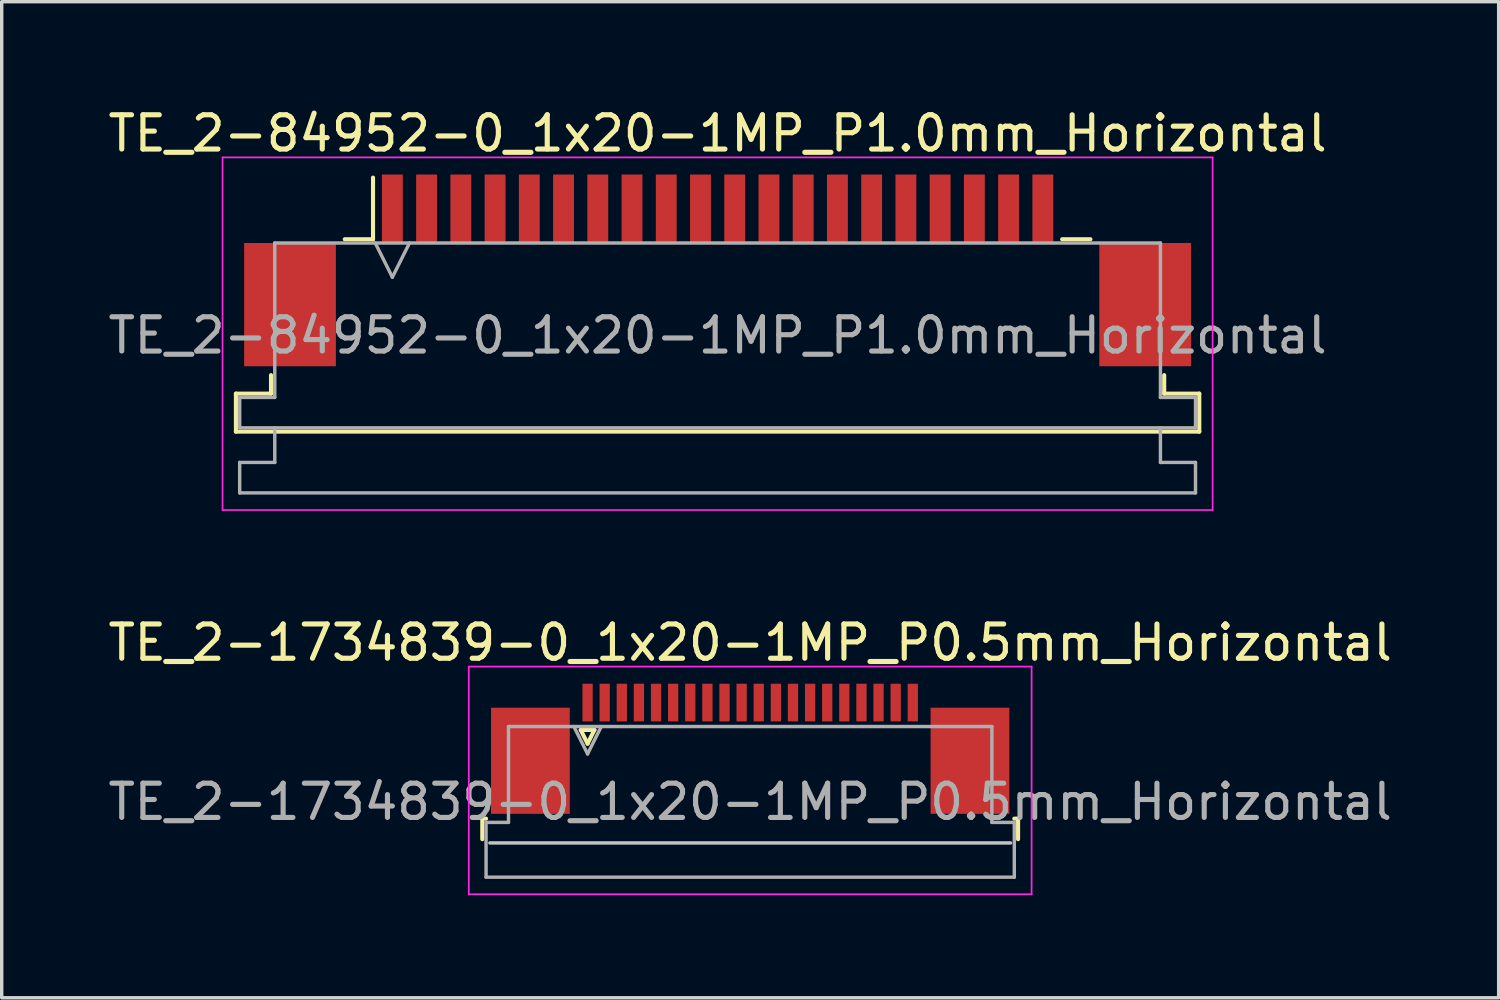
<source format=kicad_pcb>
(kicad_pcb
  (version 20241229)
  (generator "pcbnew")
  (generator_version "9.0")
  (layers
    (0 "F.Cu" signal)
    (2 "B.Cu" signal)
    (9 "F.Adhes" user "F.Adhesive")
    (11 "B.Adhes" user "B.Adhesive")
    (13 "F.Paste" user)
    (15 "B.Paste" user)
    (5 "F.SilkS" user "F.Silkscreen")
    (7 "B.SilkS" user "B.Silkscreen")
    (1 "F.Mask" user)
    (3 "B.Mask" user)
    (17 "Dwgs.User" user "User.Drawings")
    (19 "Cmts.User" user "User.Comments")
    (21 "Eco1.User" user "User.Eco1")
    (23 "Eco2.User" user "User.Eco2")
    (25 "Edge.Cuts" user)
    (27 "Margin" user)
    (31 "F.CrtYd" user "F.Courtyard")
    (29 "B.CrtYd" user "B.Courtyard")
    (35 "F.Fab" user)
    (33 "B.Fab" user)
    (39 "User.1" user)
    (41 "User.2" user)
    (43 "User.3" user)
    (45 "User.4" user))
  (footprint "TE_2-1734839-0_1x20-1MP_P0.5mm_Horizontal"
    (layer "F.Cu")
    (at 18.863 18.822)
    (property "Reference" "TE_2-1734839-0_1x20-1MP_P0.5mm_Horizontal" (at 0 -3.1 0) (layer "F.SilkS") (effects (font (size 1 1) (thickness 0.15))))
    (attr smd)
    (fp_line (start -7.825 2.04) (end -7.825 2.64) (stroke (width 0.12) (type solid)) (layer "F.SilkS"))
    (fp_line (start -7.715 2.04) (end -7.825 2.04) (stroke (width 0.12) (type solid)) (layer "F.SilkS"))
    (fp_line (start -4.95 -0.55) (end -4.75 -0.15) (stroke (width 0.12) (type solid)) (layer "F.SilkS"))
    (fp_line (start -4.75 -0.15) (end -4.55 -0.55) (stroke (width 0.12) (type solid)) (layer "F.SilkS"))
    (fp_line (start -4.55 -0.55) (end -4.95 -0.55) (stroke (width 0.12) (type solid)) (layer "F.SilkS"))
    (fp_line (start 7.715 2.04) (end 7.825 2.04) (stroke (width 0.12) (type solid)) (layer "F.SilkS"))
    (fp_line (start 7.825 2.04) (end 7.825 2.64) (stroke (width 0.12) (type solid)) (layer "F.SilkS"))
    (fp_line (start 7.605 2.75) (end -7.605 2.75) (stroke (width 0.1) (type solid)) (layer "Dwgs.User"))
    (fp_line (start -8.22 -2.4) (end -8.22 4.25) (stroke (width 0.05) (type solid)) (layer "F.CrtYd"))
    (fp_line (start -8.22 4.25) (end 8.22 4.25) (stroke (width 0.05) (type solid)) (layer "F.CrtYd"))
    (fp_line (start 8.22 -2.4) (end -8.22 -2.4) (stroke (width 0.05) (type solid)) (layer "F.CrtYd"))
    (fp_line (start 8.22 4.25) (end 8.22 -2.4) (stroke (width 0.05) (type solid)) (layer "F.CrtYd"))
    (fp_line (start -7.715 2.15) (end -7.06 2.15) (stroke (width 0.1) (type solid)) (layer "F.Fab"))
    (fp_line (start -7.715 3.75) (end -7.715 2.15) (stroke (width 0.1) (type solid)) (layer "F.Fab"))
    (fp_line (start -7.06 -0.65) (end 7.06 -0.65) (stroke (width 0.1) (type solid)) (layer "F.Fab"))
    (fp_line (start -7.06 2.15) (end -7.06 -0.65) (stroke (width 0.1) (type solid)) (layer "F.Fab"))
    (fp_line (start -5.15 -0.65) (end -4.75 0.15) (stroke (width 0.1) (type solid)) (layer "F.Fab"))
    (fp_line (start -4.75 0.15) (end -4.35 -0.65) (stroke (width 0.1) (type solid)) (layer "F.Fab"))
    (fp_line (start 7.06 -0.65) (end 7.06 2.15) (stroke (width 0.1) (type solid)) (layer "F.Fab"))
    (fp_line (start 7.06 2.15) (end 7.715 2.15) (stroke (width 0.1) (type solid)) (layer "F.Fab"))
    (fp_line (start 7.715 2.15) (end 7.715 3.75) (stroke (width 0.1) (type solid)) (layer "F.Fab"))
    (fp_line (start 7.715 3.75) (end -7.715 3.75) (stroke (width 0.1) (type solid)) (layer "F.Fab"))
    (fp_text user "${REFERENCE}" (at 0 1.55 0) (layer "F.Fab") (effects (font (size 1 1) (thickness 0.15))))
    (pad "1" smd rect (at -4.75 -1.35) (size 0.3 1.1) (layers "F.Cu" "F.Mask" "F.Paste"))
    (pad "2" smd rect (at -4.25 -1.35) (size 0.3 1.1) (layers "F.Cu" "F.Mask" "F.Paste"))
    (pad "3" smd rect (at -3.75 -1.35) (size 0.3 1.1) (layers "F.Cu" "F.Mask" "F.Paste"))
    (pad "4" smd rect (at -3.25 -1.35) (size 0.3 1.1) (layers "F.Cu" "F.Mask" "F.Paste"))
    (pad "5" smd rect (at -2.75 -1.35) (size 0.3 1.1) (layers "F.Cu" "F.Mask" "F.Paste"))
    (pad "6" smd rect (at -2.25 -1.35) (size 0.3 1.1) (layers "F.Cu" "F.Mask" "F.Paste"))
    (pad "7" smd rect (at -1.75 -1.35) (size 0.3 1.1) (layers "F.Cu" "F.Mask" "F.Paste"))
    (pad "8" smd rect (at -1.25 -1.35) (size 0.3 1.1) (layers "F.Cu" "F.Mask" "F.Paste"))
    (pad "9" smd rect (at -0.75 -1.35) (size 0.3 1.1) (layers "F.Cu" "F.Mask" "F.Paste"))
    (pad "10" smd rect (at -0.25 -1.35) (size 0.3 1.1) (layers "F.Cu" "F.Mask" "F.Paste"))
    (pad "11" smd rect (at 0.25 -1.35) (size 0.3 1.1) (layers "F.Cu" "F.Mask" "F.Paste"))
    (pad "12" smd rect (at 0.75 -1.35) (size 0.3 1.1) (layers "F.Cu" "F.Mask" "F.Paste"))
    (pad "13" smd rect (at 1.25 -1.35) (size 0.3 1.1) (layers "F.Cu" "F.Mask" "F.Paste"))
    (pad "14" smd rect (at 1.75 -1.35) (size 0.3 1.1) (layers "F.Cu" "F.Mask" "F.Paste"))
    (pad "15" smd rect (at 2.25 -1.35) (size 0.3 1.1) (layers "F.Cu" "F.Mask" "F.Paste"))
    (pad "16" smd rect (at 2.75 -1.35) (size 0.3 1.1) (layers "F.Cu" "F.Mask" "F.Paste"))
    (pad "17" smd rect (at 3.25 -1.35) (size 0.3 1.1) (layers "F.Cu" "F.Mask" "F.Paste"))
    (pad "18" smd rect (at 3.75 -1.35) (size 0.3 1.1) (layers "F.Cu" "F.Mask" "F.Paste"))
    (pad "19" smd rect (at 4.25 -1.35) (size 0.3 1.1) (layers "F.Cu" "F.Mask" "F.Paste"))
    (pad "20" smd rect (at 4.75 -1.35) (size 0.3 1.1) (layers "F.Cu" "F.Mask" "F.Paste"))
    (pad "MP" smd rect (at -6.42 0.35) (size 2.3 3.1) (layers "F.Cu" "F.Mask" "F.Paste"))
    (pad "MP" smd rect (at 6.42 0.35) (size 2.3 3.1) (layers "F.Cu" "F.Mask" "F.Paste")))
  (footprint "TE_2-84952-0_1x20-1MP_P1.0mm_Horizontal"
    (layer "F.Cu")
    (at 17.911 4.848)
    (property "Reference" "TE_2-84952-0_1x20-1MP_P1.0mm_Horizontal" (at 0 -4 0) (layer "F.SilkS") (effects (font (size 1 1) (thickness 0.15))))
    (attr smd)
    (fp_line (start -14.07 3.6) (end -13.045 3.6) (stroke (width 0.12) (type solid)) (layer "F.SilkS"))
    (fp_line (start -14.07 4.71) (end -14.07 3.6) (stroke (width 0.12) (type solid)) (layer "F.SilkS"))
    (fp_line (start -13.045 3.6) (end -13.045 3.06) (stroke (width 0.12) (type solid)) (layer "F.SilkS"))
    (fp_line (start -10.89 -0.91) (end -10.065 -0.91) (stroke (width 0.12) (type solid)) (layer "F.SilkS"))
    (fp_line (start -10.065 -0.91) (end -10.065 -2.71) (stroke (width 0.12) (type solid)) (layer "F.SilkS"))
    (fp_line (start 10.065 -0.91) (end 10.89 -0.91) (stroke (width 0.12) (type solid)) (layer "F.SilkS"))
    (fp_line (start 13.045 3.06) (end 13.045 3.6) (stroke (width 0.12) (type solid)) (layer "F.SilkS"))
    (fp_line (start 13.045 3.6) (end 14.07 3.6) (stroke (width 0.12) (type solid)) (layer "F.SilkS"))
    (fp_line (start 14.07 3.6) (end 14.07 4.71) (stroke (width 0.12) (type solid)) (layer "F.SilkS"))
    (fp_line (start 14.07 4.71) (end -14.07 4.71) (stroke (width 0.12) (type solid)) (layer "F.SilkS"))
    (fp_line (start -14.46 -3.3) (end -14.46 7) (stroke (width 0.05) (type solid)) (layer "F.CrtYd"))
    (fp_line (start -14.46 7) (end 14.46 7) (stroke (width 0.05) (type solid)) (layer "F.CrtYd"))
    (fp_line (start 14.46 -3.3) (end -14.46 -3.3) (stroke (width 0.05) (type solid)) (layer "F.CrtYd"))
    (fp_line (start 14.46 7) (end 14.46 -3.3) (stroke (width 0.05) (type solid)) (layer "F.CrtYd"))
    (fp_line (start -13.96 3.71) (end -12.935 3.71) (stroke (width 0.1) (type solid)) (layer "F.Fab"))
    (fp_line (start -13.96 4.6) (end -13.96 3.71) (stroke (width 0.1) (type solid)) (layer "F.Fab"))
    (fp_line (start -13.96 5.61) (end -12.935 5.61) (stroke (width 0.1) (type solid)) (layer "F.Fab"))
    (fp_line (start -13.96 6.5) (end -13.96 5.61) (stroke (width 0.1) (type solid)) (layer "F.Fab"))
    (fp_line (start -12.935 -0.8) (end 12.935 -0.8) (stroke (width 0.1) (type solid)) (layer "F.Fab"))
    (fp_line (start -12.935 3.71) (end -12.935 -0.8) (stroke (width 0.1) (type solid)) (layer "F.Fab"))
    (fp_line (start -12.935 5.61) (end -12.935 4.6) (stroke (width 0.1) (type solid)) (layer "F.Fab"))
    (fp_line (start -10 -0.8) (end -9.5 0.2) (stroke (width 0.1) (type solid)) (layer "F.Fab"))
    (fp_line (start -9.5 0.2) (end -9 -0.8) (stroke (width 0.1) (type solid)) (layer "F.Fab"))
    (fp_line (start 12.935 -0.8) (end 12.935 3.71) (stroke (width 0.1) (type solid)) (layer "F.Fab"))
    (fp_line (start 12.935 3.71) (end 13.96 3.71) (stroke (width 0.1) (type solid)) (layer "F.Fab"))
    (fp_line (start 12.935 4.6) (end 12.935 5.61) (stroke (width 0.1) (type solid)) (layer "F.Fab"))
    (fp_line (start 12.935 5.61) (end 13.96 5.61) (stroke (width 0.1) (type solid)) (layer "F.Fab"))
    (fp_line (start 13.96 3.71) (end 13.96 4.6) (stroke (width 0.1) (type solid)) (layer "F.Fab"))
    (fp_line (start 13.96 4.6) (end -13.96 4.6) (stroke (width 0.1) (type solid)) (layer "F.Fab"))
    (fp_line (start 13.96 5.61) (end 13.96 6.5) (stroke (width 0.1) (type solid)) (layer "F.Fab"))
    (fp_line (start 13.96 6.5) (end -13.96 6.5) (stroke (width 0.1) (type solid)) (layer "F.Fab"))
    (fp_text user "${REFERENCE}" (at 0 1.9 0) (layer "F.Fab") (effects (font (size 1 1) (thickness 0.15))))
    (pad "1" smd rect (at -9.5 -1.8) (size 0.61 2) (layers "F.Cu" "F.Mask" "F.Paste"))
    (pad "2" smd rect (at -8.5 -1.8) (size 0.61 2) (layers "F.Cu" "F.Mask" "F.Paste"))
    (pad "3" smd rect (at -7.5 -1.8) (size 0.61 2) (layers "F.Cu" "F.Mask" "F.Paste"))
    (pad "4" smd rect (at -6.5 -1.8) (size 0.61 2) (layers "F.Cu" "F.Mask" "F.Paste"))
    (pad "5" smd rect (at -5.5 -1.8) (size 0.61 2) (layers "F.Cu" "F.Mask" "F.Paste"))
    (pad "6" smd rect (at -4.5 -1.8) (size 0.61 2) (layers "F.Cu" "F.Mask" "F.Paste"))
    (pad "7" smd rect (at -3.5 -1.8) (size 0.61 2) (layers "F.Cu" "F.Mask" "F.Paste"))
    (pad "8" smd rect (at -2.5 -1.8) (size 0.61 2) (layers "F.Cu" "F.Mask" "F.Paste"))
    (pad "9" smd rect (at -1.5 -1.8) (size 0.61 2) (layers "F.Cu" "F.Mask" "F.Paste"))
    (pad "10" smd rect (at -0.5 -1.8) (size 0.61 2) (layers "F.Cu" "F.Mask" "F.Paste"))
    (pad "11" smd rect (at 0.5 -1.8) (size 0.61 2) (layers "F.Cu" "F.Mask" "F.Paste"))
    (pad "12" smd rect (at 1.5 -1.8) (size 0.61 2) (layers "F.Cu" "F.Mask" "F.Paste"))
    (pad "13" smd rect (at 2.5 -1.8) (size 0.61 2) (layers "F.Cu" "F.Mask" "F.Paste"))
    (pad "14" smd rect (at 3.5 -1.8) (size 0.61 2) (layers "F.Cu" "F.Mask" "F.Paste"))
    (pad "15" smd rect (at 4.5 -1.8) (size 0.61 2) (layers "F.Cu" "F.Mask" "F.Paste"))
    (pad "16" smd rect (at 5.5 -1.8) (size 0.61 2) (layers "F.Cu" "F.Mask" "F.Paste"))
    (pad "17" smd rect (at 6.5 -1.8) (size 0.61 2) (layers "F.Cu" "F.Mask" "F.Paste"))
    (pad "18" smd rect (at 7.5 -1.8) (size 0.61 2) (layers "F.Cu" "F.Mask" "F.Paste"))
    (pad "19" smd rect (at 8.5 -1.8) (size 0.61 2) (layers "F.Cu" "F.Mask" "F.Paste"))
    (pad "20" smd rect (at 9.5 -1.8) (size 0.61 2) (layers "F.Cu" "F.Mask" "F.Paste"))
    (pad "MP" smd rect (at -12.49 1) (size 2.68 3.6) (layers "F.Cu" "F.Mask" "F.Paste"))
    (pad "MP" smd rect (at 12.49 1) (size 2.68 3.6) (layers "F.Cu" "F.Mask" "F.Paste")))
  (gr_rect
    (start -3 -3)
    (end 40.726 26.096)
    (stroke (width 0.1) (type default))
    (fill no)
    (layer "Edge.Cuts")))
</source>
